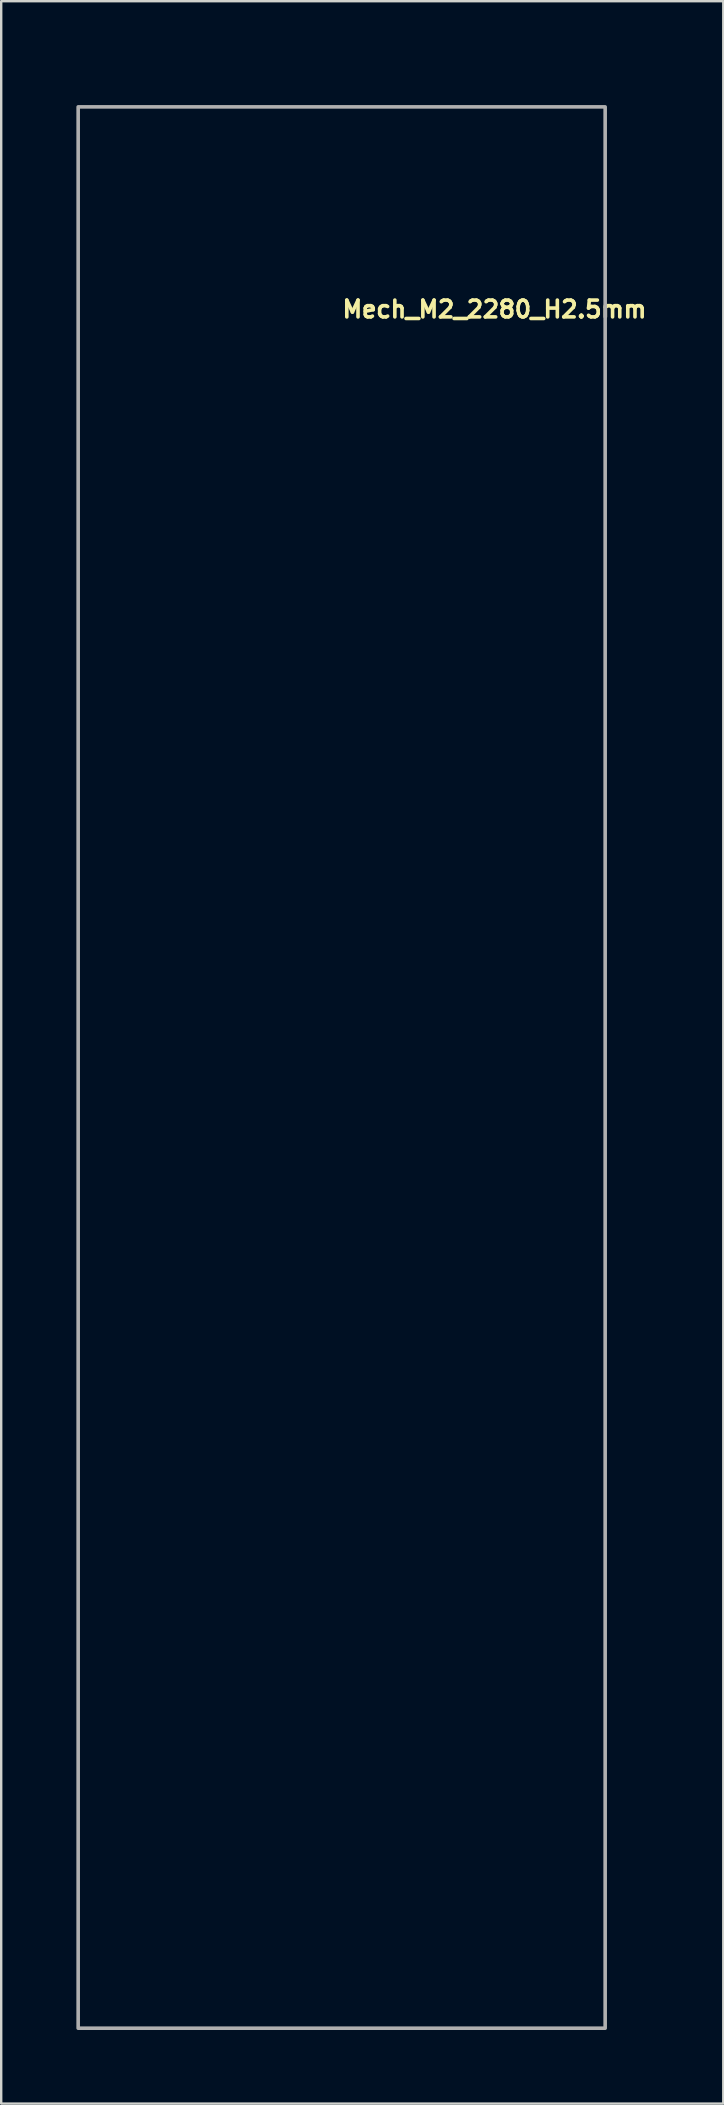
<source format=kicad_pcb>
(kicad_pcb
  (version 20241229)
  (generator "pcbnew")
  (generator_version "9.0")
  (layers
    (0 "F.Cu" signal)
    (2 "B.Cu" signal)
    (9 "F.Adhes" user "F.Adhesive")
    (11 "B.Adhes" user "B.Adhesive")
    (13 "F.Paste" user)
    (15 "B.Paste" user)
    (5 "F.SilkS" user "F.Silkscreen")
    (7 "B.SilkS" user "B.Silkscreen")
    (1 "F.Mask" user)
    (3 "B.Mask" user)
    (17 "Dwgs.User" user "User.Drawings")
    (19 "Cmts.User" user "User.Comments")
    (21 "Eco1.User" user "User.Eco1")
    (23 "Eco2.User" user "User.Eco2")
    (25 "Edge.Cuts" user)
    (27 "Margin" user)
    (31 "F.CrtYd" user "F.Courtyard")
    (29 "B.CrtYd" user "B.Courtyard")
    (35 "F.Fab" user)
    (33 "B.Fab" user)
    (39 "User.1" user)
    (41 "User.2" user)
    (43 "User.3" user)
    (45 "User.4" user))
  (footprint "Mech_M2_2280_H2.5mm"
    (layer "F.Cu")
    (at 11.127 1.35)
    (property "Reference" "Mech_M2_2280_H2.5mm" (at 0 8.89 180) (layer "F.SilkS") (effects (font (size 0.7 0.7) (thickness 0.15)) (justify left bottom)))
    (attr exclude_from_pos_files exclude_from_bom allow_missing_courtyard)
    (fp_line (start -11 0) (end -11 80.001) (stroke (width 0.2) (type solid)) (layer "Eco1.User"))
    (fp_line (start -11 80.001) (end 10.999 80.001) (stroke (width 0.2) (type solid)) (layer "Eco1.User"))
    (fp_line (start 10.999 0) (end -11 0) (stroke (width 0.2) (type solid)) (layer "Eco1.User"))
    (fp_line (start 10.999 80.001) (end 10.999 0) (stroke (width 0.2) (type solid)) (layer "Eco1.User"))
    (fp_circle (center 0 0) (end -1.25 0) (stroke (width 0.2) (type solid)) (fill no) (layer "Eco1.User"))
    (fp_rect (start -10.922 0.051) (end 11.024 80.061) (stroke (width 0.15) (type solid)) (fill no) (layer "F.Fab"))
    (fp_rect (start -11.077 0) (end 11.076 80.15) (stroke (width 0.1) (type solid)) (fill no) (layer "User.5"))
    (fp_rect (start -11.077 0) (end 11.076 80.15) (stroke (width 0.1) (type solid)) (fill no) (layer "User.5"))
    (fp_line (start -11.077 0) (end -11.077 6.296) (stroke (width 0.02) (type solid)) (layer "User.9"))
    (fp_line (start -11.077 6.296) (end -10.705 6.78) (stroke (width 0.02) (type solid)) (layer "User.9"))
    (fp_line (start -11.077 14.297) (end -11.077 67.087) (stroke (width 0.02) (type solid)) (layer "User.9"))
    (fp_line (start -11.077 74.41) (end -11.077 76.063) (stroke (width 0.02) (type solid)) (layer "User.9"))
    (fp_line (start -10.705 6.78) (end -10.705 13.781) (stroke (width 0.02) (type solid)) (layer "User.9"))
    (fp_line (start -10.705 13.781) (end -11.077 14.297) (stroke (width 0.02) (type solid)) (layer "User.9"))
    (fp_line (start -10.705 67.531) (end -11.077 67.087) (stroke (width 0.02) (type solid)) (layer "User.9"))
    (fp_line (start -10.705 67.531) (end -10.705 73.938) (stroke (width 0.02) (type solid)) (layer "User.9"))
    (fp_line (start -10.705 73.938) (end -11.077 74.41) (stroke (width 0.02) (type solid)) (layer "User.9"))
    (fp_line (start -10.276 29.629) (end -9.632 29.629) (stroke (width 0.02) (type solid)) (layer "User.9"))
    (fp_line (start -10.276 30.2) (end -10.276 29.629) (stroke (width 0.02) (type solid)) (layer "User.9"))
    (fp_line (start -10.269 76.078) (end -11.077 76.063) (stroke (width 0.02) (type solid)) (layer "User.9"))
    (fp_line (start -10.257 21.38) (end -9.789 21.38) (stroke (width 0.02) (type solid)) (layer "User.9"))
    (fp_line (start -10.257 21.931) (end -10.257 21.38) (stroke (width 0.02) (type solid)) (layer "User.9"))
    (fp_line (start -10.224 1.273) (end -10.212 1.173) (stroke (width 0.02) (type solid)) (layer "User.9"))
    (fp_line (start -10.224 1.274) (end -10.186 1.368) (stroke (width 0.02) (type solid)) (layer "User.9"))
    (fp_line (start -10.216 38.534) (end -10.216 38.963) (stroke (width 0.02) (type solid)) (layer "User.9"))
    (fp_line (start -10.216 38.963) (end -9.741 38.963) (stroke (width 0.02) (type solid)) (layer "User.9"))
    (fp_line (start -10.212 1.173) (end -10.186 1.112) (stroke (width 0.02) (type solid)) (layer "User.9"))
    (fp_line (start -10.212 23.658) (end -9.744 23.658) (stroke (width 0.02) (type solid)) (layer "User.9"))
    (fp_line (start -10.212 24.207) (end -10.212 23.658) (stroke (width 0.02) (type solid)) (layer "User.9"))
    (fp_line (start -10.186 1.112) (end -10.144 1.06) (stroke (width 0.02) (type solid)) (layer "User.9"))
    (fp_line (start -10.186 1.368) (end -10.144 1.423) (stroke (width 0.02) (type solid)) (layer "User.9"))
    (fp_line (start -10.183 36.656) (end -10.183 37.173) (stroke (width 0.02) (type solid)) (layer "User.9"))
    (fp_line (start -10.183 37.173) (end -9.792 37.173) (stroke (width 0.02) (type solid)) (layer "User.9"))
    (fp_line (start -10.148 76.129) (end -10.269 76.078) (stroke (width 0.02) (type solid)) (layer "User.9"))
    (fp_line (start -10.144 1.423) (end -10.091 1.463) (stroke (width 0.02) (type solid)) (layer "User.9"))
    (fp_line (start -10.093 74.435) (end -10.067 74.641) (stroke (width 0.02) (type solid)) (layer "User.9"))
    (fp_line (start -10.091 1.017) (end -10.144 1.06) (stroke (width 0.02) (type solid)) (layer "User.9"))
    (fp_line (start -10.091 1.463) (end -10.029 1.489) (stroke (width 0.02) (type solid)) (layer "User.9"))
    (fp_line (start -10.067 74.227) (end -10.093 74.435) (stroke (width 0.02) (type solid)) (layer "User.9"))
    (fp_line (start -10.067 74.227) (end -9.987 74.035) (stroke (width 0.02) (type solid)) (layer "User.9"))
    (fp_line (start -10.067 74.641) (end -9.987 74.834) (stroke (width 0.02) (type solid)) (layer "User.9"))
    (fp_line (start -10.045 76.209) (end -10.148 76.129) (stroke (width 0.02) (type solid)) (layer "User.9"))
    (fp_line (start -10.042 60.676) (end -10.042 60.015) (stroke (width 0.02) (type solid)) (layer "User.9"))
    (fp_line (start -10.042 60.676) (end -8.862 60.676) (stroke (width 0.02) (type solid)) (layer "User.9"))
    (fp_line (start -10.029 0.992) (end -10.091 1.017) (stroke (width 0.02) (type solid)) (layer "User.9"))
    (fp_line (start -10.013 34.887) (end -10.013 35.938) (stroke (width 0.02) (type solid)) (layer "User.9"))
    (fp_line (start -10.013 35.938) (end -9.317 35.938) (stroke (width 0.02) (type solid)) (layer "User.9"))
    (fp_line (start -9.987 74.035) (end -9.859 73.87) (stroke (width 0.02) (type solid)) (layer "User.9"))
    (fp_line (start -9.987 74.834) (end -9.859 75.001) (stroke (width 0.02) (type solid)) (layer "User.9"))
    (fp_line (start -9.971 67.682) (end -9.971 68.231) (stroke (width 0.02) (type solid)) (layer "User.9"))
    (fp_line (start -9.971 67.682) (end -9.503 67.682) (stroke (width 0.02) (type solid)) (layer "User.9"))
    (fp_line (start -9.965 76.313) (end -10.045 76.209) (stroke (width 0.02) (type solid)) (layer "User.9"))
    (fp_line (start -9.962 0.983) (end -10.029 0.992) (stroke (width 0.02) (type solid)) (layer "User.9"))
    (fp_line (start -9.962 0.983) (end -9.897 0.992) (stroke (width 0.02) (type solid)) (layer "User.9"))
    (fp_line (start -9.962 1.499) (end -10.029 1.489) (stroke (width 0.02) (type solid)) (layer "User.9"))
    (fp_line (start -9.952 9.967) (end -9.484 9.967) (stroke (width 0.02) (type solid)) (layer "User.9"))
    (fp_line (start -9.952 10.518) (end -9.952 9.967) (stroke (width 0.02) (type solid)) (layer "User.9"))
    (fp_line (start -9.915 76.433) (end -9.965 76.313) (stroke (width 0.02) (type solid)) (layer "User.9"))
    (fp_line (start -9.898 76.563) (end -9.915 76.433) (stroke (width 0.02) (type solid)) (layer "User.9"))
    (fp_line (start -9.898 76.563) (end -9.898 80.15) (stroke (width 0.02) (type solid)) (layer "User.9"))
    (fp_line (start -9.898 80.15) (end -6.829 80.15) (stroke (width 0.02) (type solid)) (layer "User.9"))
    (fp_line (start -9.897 0.992) (end -9.833 1.017) (stroke (width 0.02) (type solid)) (layer "User.9"))
    (fp_line (start -9.897 1.489) (end -9.962 1.499) (stroke (width 0.02) (type solid)) (layer "User.9"))
    (fp_line (start -9.897 1.489) (end -9.833 1.463) (stroke (width 0.02) (type solid)) (layer "User.9"))
    (fp_line (start -9.862 7.7) (end -9.394 7.7) (stroke (width 0.02) (type solid)) (layer "User.9"))
    (fp_line (start -9.862 8.249) (end -9.862 7.7) (stroke (width 0.02) (type solid)) (layer "User.9"))
    (fp_line (start -9.859 62.197) (end -9.859 61.728) (stroke (width 0.02) (type solid)) (layer "User.9"))
    (fp_line (start -9.859 73.87) (end -9.695 73.742) (stroke (width 0.02) (type solid)) (layer "User.9"))
    (fp_line (start -9.849 70.453) (end -9.849 72.23) (stroke (width 0.02) (type solid)) (layer "User.9"))
    (fp_line (start -9.849 70.453) (end -8.527 70.453) (stroke (width 0.02) (type solid)) (layer "User.9"))
    (fp_line (start -9.833 1.017) (end -9.779 1.06) (stroke (width 0.02) (type solid)) (layer "User.9"))
    (fp_line (start -9.792 36.656) (end -10.183 36.656) (stroke (width 0.02) (type solid)) (layer "User.9"))
    (fp_line (start -9.792 37.173) (end -9.792 36.656) (stroke (width 0.02) (type solid)) (layer "User.9"))
    (fp_line (start -9.789 21.931) (end -10.257 21.931) (stroke (width 0.02) (type solid)) (layer "User.9"))
    (fp_line (start -9.789 21.931) (end -9.789 21.38) (stroke (width 0.02) (type solid)) (layer "User.9"))
    (fp_line (start -9.779 1.423) (end -9.833 1.463) (stroke (width 0.02) (type solid)) (layer "User.9"))
    (fp_line (start -9.779 1.423) (end -9.74 1.368) (stroke (width 0.02) (type solid)) (layer "User.9"))
    (fp_line (start -9.744 24.207) (end -10.212 24.207) (stroke (width 0.02) (type solid)) (layer "User.9"))
    (fp_line (start -9.744 24.207) (end -9.744 23.658) (stroke (width 0.02) (type solid)) (layer "User.9"))
    (fp_line (start -9.741 38.534) (end -10.216 38.534) (stroke (width 0.02) (type solid)) (layer "User.9"))
    (fp_line (start -9.741 38.963) (end -9.741 38.534) (stroke (width 0.02) (type solid)) (layer "User.9"))
    (fp_line (start -9.74 1.112) (end -9.779 1.06) (stroke (width 0.02) (type solid)) (layer "User.9"))
    (fp_line (start -9.74 1.368) (end -9.715 1.308) (stroke (width 0.02) (type solid)) (layer "User.9"))
    (fp_line (start -9.715 1.173) (end -9.74 1.112) (stroke (width 0.02) (type solid)) (layer "User.9"))
    (fp_line (start -9.705 1.241) (end -9.715 1.173) (stroke (width 0.02) (type solid)) (layer "User.9"))
    (fp_line (start -9.705 1.241) (end -9.715 1.308) (stroke (width 0.02) (type solid)) (layer "User.9"))
    (fp_line (start -9.695 73.742) (end -9.5 73.662) (stroke (width 0.02) (type solid)) (layer "User.9"))
    (fp_line (start -9.695 75.126) (end -9.859 75.001) (stroke (width 0.02) (type solid)) (layer "User.9"))
    (fp_line (start -9.632 29.629) (end -9.632 30.2) (stroke (width 0.02) (type solid)) (layer "User.9"))
    (fp_line (start -9.632 30.2) (end -10.276 30.2) (stroke (width 0.02) (type solid)) (layer "User.9"))
    (fp_line (start -9.503 67.682) (end -9.503 68.231) (stroke (width 0.02) (type solid)) (layer "User.9"))
    (fp_line (start -9.503 68.231) (end -9.971 68.231) (stroke (width 0.02) (type solid)) (layer "User.9"))
    (fp_line (start -9.5 75.206) (end -9.695 75.126) (stroke (width 0.02) (type solid)) (layer "User.9"))
    (fp_line (start -9.484 10.518) (end -9.952 10.518) (stroke (width 0.02) (type solid)) (layer "User.9"))
    (fp_line (start -9.484 10.518) (end -9.484 9.967) (stroke (width 0.02) (type solid)) (layer "User.9"))
    (fp_line (start -9.463 40.706) (end 0.934 40.706) (stroke (width 0.02) (type solid)) (layer "User.9"))
    (fp_line (start -9.463 54.484) (end -9.463 40.706) (stroke (width 0.02) (type solid)) (layer "User.9"))
    (fp_line (start -9.394 8.249) (end -9.862 8.249) (stroke (width 0.02) (type solid)) (layer "User.9"))
    (fp_line (start -9.394 8.249) (end -9.394 7.7) (stroke (width 0.02) (type solid)) (layer "User.9"))
    (fp_line (start -9.33 37.005) (end -9.33 39.005) (stroke (width 0.02) (type solid)) (layer "User.9"))
    (fp_line (start -9.33 37.005) (end -6.629 37.005) (stroke (width 0.02) (type solid)) (layer "User.9"))
    (fp_line (start -9.33 39.005) (end -6.629 39.005) (stroke (width 0.02) (type solid)) (layer "User.9"))
    (fp_line (start -9.317 34.887) (end -10.013 34.887) (stroke (width 0.02) (type solid)) (layer "User.9"))
    (fp_line (start -9.317 35.938) (end -9.317 34.887) (stroke (width 0.02) (type solid)) (layer "User.9"))
    (fp_line (start -9.311 61.728) (end -9.859 61.728) (stroke (width 0.02) (type solid)) (layer "User.9"))
    (fp_line (start -9.311 62.197) (end -9.859 62.197) (stroke (width 0.02) (type solid)) (layer "User.9"))
    (fp_line (start -9.311 62.197) (end -9.311 61.728) (stroke (width 0.02) (type solid)) (layer "User.9"))
    (fp_line (start -9.295 73.635) (end -9.5 73.662) (stroke (width 0.02) (type solid)) (layer "User.9"))
    (fp_line (start -9.295 73.635) (end -9.087 73.662) (stroke (width 0.02) (type solid)) (layer "User.9"))
    (fp_line (start -9.295 75.233) (end -9.5 75.206) (stroke (width 0.02) (type solid)) (layer "User.9"))
    (fp_line (start -9.212 1.173) (end -9.221 1.241) (stroke (width 0.02) (type solid)) (layer "User.9"))
    (fp_line (start -9.212 1.308) (end -9.221 1.241) (stroke (width 0.02) (type solid)) (layer "User.9"))
    (fp_line (start -9.186 1.112) (end -9.212 1.173) (stroke (width 0.02) (type solid)) (layer "User.9"))
    (fp_line (start -9.186 1.112) (end -9.144 1.06) (stroke (width 0.02) (type solid)) (layer "User.9"))
    (fp_line (start -9.186 1.368) (end -9.212 1.308) (stroke (width 0.02) (type solid)) (layer "User.9"))
    (fp_line (start -9.144 1.06) (end -9.09 1.017) (stroke (width 0.02) (type solid)) (layer "User.9"))
    (fp_line (start -9.144 1.423) (end -9.186 1.368) (stroke (width 0.02) (type solid)) (layer "User.9"))
    (fp_line (start -9.1 4.184) (end 9.102 4.184) (stroke (width 0.02) (type solid)) (layer "User.9"))
    (fp_line (start -9.1 18.385) (end -9.1 4.184) (stroke (width 0.02) (type solid)) (layer "User.9"))
    (fp_line (start -9.1 19.585) (end 9.102 19.585) (stroke (width 0.02) (type solid)) (layer "User.9"))
    (fp_line (start -9.1 33.783) (end -9.1 19.585) (stroke (width 0.02) (type solid)) (layer "User.9"))
    (fp_line (start -9.09 1.017) (end -9.029 0.992) (stroke (width 0.02) (type solid)) (layer "User.9"))
    (fp_line (start -9.09 1.463) (end -9.144 1.423) (stroke (width 0.02) (type solid)) (layer "User.9"))
    (fp_line (start -9.088 73.662) (end -8.894 73.742) (stroke (width 0.02) (type solid)) (layer "User.9"))
    (fp_line (start -9.087 75.206) (end -9.295 75.233) (stroke (width 0.02) (type solid)) (layer "User.9"))
    (fp_line (start -9.029 1.489) (end -9.09 1.463) (stroke (width 0.02) (type solid)) (layer "User.9"))
    (fp_line (start -8.962 0.983) (end -9.029 0.992) (stroke (width 0.02) (type solid)) (layer "User.9"))
    (fp_line (start -8.962 0.983) (end -8.897 0.992) (stroke (width 0.02) (type solid)) (layer "User.9"))
    (fp_line (start -8.962 1.499) (end -9.029 1.489) (stroke (width 0.02) (type solid)) (layer "User.9"))
    (fp_line (start -8.897 1.489) (end -8.962 1.499) (stroke (width 0.02) (type solid)) (layer "User.9"))
    (fp_line (start -8.894 73.742) (end -8.729 73.87) (stroke (width 0.02) (type solid)) (layer "User.9"))
    (fp_line (start -8.894 75.126) (end -9.087 75.206) (stroke (width 0.02) (type solid)) (layer "User.9"))
    (fp_line (start -8.862 60.015) (end -10.042 60.015) (stroke (width 0.02) (type solid)) (layer "User.9"))
    (fp_line (start -8.862 60.015) (end -8.862 60.676) (stroke (width 0.02) (type solid)) (layer "User.9"))
    (fp_line (start -8.834 1.017) (end -8.897 0.992) (stroke (width 0.02) (type solid)) (layer "User.9"))
    (fp_line (start -8.834 1.463) (end -8.897 1.489) (stroke (width 0.02) (type solid)) (layer "User.9"))
    (fp_line (start -8.779 1.06) (end -8.834 1.017) (stroke (width 0.02) (type solid)) (layer "User.9"))
    (fp_line (start -8.779 1.06) (end -8.74 1.112) (stroke (width 0.02) (type solid)) (layer "User.9"))
    (fp_line (start -8.779 1.423) (end -8.834 1.463) (stroke (width 0.02) (type solid)) (layer "User.9"))
    (fp_line (start -8.74 1.112) (end -8.715 1.173) (stroke (width 0.02) (type solid)) (layer "User.9"))
    (fp_line (start -8.74 1.368) (end -8.779 1.423) (stroke (width 0.02) (type solid)) (layer "User.9"))
    (fp_line (start -8.74 1.368) (end -8.715 1.308) (stroke (width 0.02) (type solid)) (layer "User.9"))
    (fp_line (start -8.729 73.87) (end -8.603 74.035) (stroke (width 0.02) (type solid)) (layer "User.9"))
    (fp_line (start -8.729 75.001) (end -8.894 75.126) (stroke (width 0.02) (type solid)) (layer "User.9"))
    (fp_line (start -8.729 75.001) (end -8.603 74.834) (stroke (width 0.02) (type solid)) (layer "User.9"))
    (fp_line (start -8.715 1.173) (end -8.705 1.241) (stroke (width 0.02) (type solid)) (layer "User.9"))
    (fp_line (start -8.705 1.241) (end -8.715 1.308) (stroke (width 0.02) (type solid)) (layer "User.9"))
    (fp_line (start -8.702 65.167) (end -8.702 64.7) (stroke (width 0.02) (type solid)) (layer "User.9"))
    (fp_line (start -8.603 74.035) (end -8.523 74.227) (stroke (width 0.02) (type solid)) (layer "User.9"))
    (fp_line (start -8.527 72.23) (end -9.849 72.23) (stroke (width 0.02) (type solid)) (layer "User.9"))
    (fp_line (start -8.527 72.23) (end -8.527 70.453) (stroke (width 0.02) (type solid)) (layer "User.9"))
    (fp_line (start -8.523 74.227) (end -8.494 74.435) (stroke (width 0.02) (type solid)) (layer "User.9"))
    (fp_line (start -8.523 74.641) (end -8.603 74.834) (stroke (width 0.02) (type solid)) (layer "User.9"))
    (fp_line (start -8.494 74.435) (end -8.523 74.641) (stroke (width 0.02) (type solid)) (layer "User.9"))
    (fp_line (start -8.266 35.228) (end -8.266 35.616) (stroke (width 0.02) (type solid)) (layer "User.9"))
    (fp_line (start -8.266 35.616) (end -7.749 35.616) (stroke (width 0.02) (type solid)) (layer "User.9"))
    (fp_line (start -8.221 1.241) (end -8.212 1.173) (stroke (width 0.02) (type solid)) (layer "User.9"))
    (fp_line (start -8.221 2.341) (end -8.212 2.407) (stroke (width 0.02) (type solid)) (layer "User.9"))
    (fp_line (start -8.212 1.308) (end -8.221 1.241) (stroke (width 0.02) (type solid)) (layer "User.9"))
    (fp_line (start -8.212 2.273) (end -8.221 2.341) (stroke (width 0.02) (type solid)) (layer "User.9"))
    (fp_line (start -8.212 2.407) (end -8.186 2.468) (stroke (width 0.02) (type solid)) (layer "User.9"))
    (fp_line (start -8.186 1.112) (end -8.212 1.173) (stroke (width 0.02) (type solid)) (layer "User.9"))
    (fp_line (start -8.186 1.112) (end -8.144 1.06) (stroke (width 0.02) (type solid)) (layer "User.9"))
    (fp_line (start -8.186 1.368) (end -8.212 1.308) (stroke (width 0.02) (type solid)) (layer "User.9"))
    (fp_line (start -8.186 2.213) (end -8.212 2.273) (stroke (width 0.02) (type solid)) (layer "User.9"))
    (fp_line (start -8.186 2.213) (end -8.144 2.158) (stroke (width 0.02) (type solid)) (layer "User.9"))
    (fp_line (start -8.186 2.468) (end -8.144 2.523) (stroke (width 0.02) (type solid)) (layer "User.9"))
    (fp_line (start -8.151 64.7) (end -8.702 64.7) (stroke (width 0.02) (type solid)) (layer "User.9"))
    (fp_line (start -8.151 64.7) (end -8.151 65.167) (stroke (width 0.02) (type solid)) (layer "User.9"))
    (fp_line (start -8.151 65.167) (end -8.702 65.167) (stroke (width 0.02) (type solid)) (layer "User.9"))
    (fp_line (start -8.144 1.06) (end -8.09 1.017) (stroke (width 0.02) (type solid)) (layer "User.9"))
    (fp_line (start -8.144 1.423) (end -8.186 1.368) (stroke (width 0.02) (type solid)) (layer "User.9"))
    (fp_line (start -8.144 2.158) (end -8.09 2.119) (stroke (width 0.02) (type solid)) (layer "User.9"))
    (fp_line (start -8.09 1.017) (end -8.029 0.992) (stroke (width 0.02) (type solid)) (layer "User.9"))
    (fp_line (start -8.09 1.463) (end -8.144 1.423) (stroke (width 0.02) (type solid)) (layer "User.9"))
    (fp_line (start -8.09 2.119) (end -8.029 2.092) (stroke (width 0.02) (type solid)) (layer "User.9"))
    (fp_line (start -8.09 2.564) (end -8.144 2.523) (stroke (width 0.02) (type solid)) (layer "User.9"))
    (fp_line (start -8.029 0.992) (end -7.962 0.983) (stroke (width 0.02) (type solid)) (layer "User.9"))
    (fp_line (start -8.029 1.489) (end -8.09 1.463) (stroke (width 0.02) (type solid)) (layer "User.9"))
    (fp_line (start -8.029 2.092) (end -7.962 2.084) (stroke (width 0.02) (type solid)) (layer "User.9"))
    (fp_line (start -8.029 2.588) (end -8.09 2.564) (stroke (width 0.02) (type solid)) (layer "User.9"))
    (fp_line (start -7.962 0.983) (end -7.895 0.992) (stroke (width 0.02) (type solid)) (layer "User.9"))
    (fp_line (start -7.962 1.499) (end -8.029 1.489) (stroke (width 0.02) (type solid)) (layer "User.9"))
    (fp_line (start -7.962 2.084) (end -7.895 2.092) (stroke (width 0.02) (type solid)) (layer "User.9"))
    (fp_line (start -7.962 2.597) (end -8.029 2.588) (stroke (width 0.02) (type solid)) (layer "User.9"))
    (fp_line (start -7.895 1.489) (end -7.962 1.499) (stroke (width 0.02) (type solid)) (layer "User.9"))
    (fp_line (start -7.895 2.092) (end -7.834 2.119) (stroke (width 0.02) (type solid)) (layer "User.9"))
    (fp_line (start -7.895 2.588) (end -7.962 2.597) (stroke (width 0.02) (type solid)) (layer "User.9"))
    (fp_line (start -7.834 1.017) (end -7.895 0.992) (stroke (width 0.02) (type solid)) (layer "User.9"))
    (fp_line (start -7.834 1.463) (end -7.895 1.489) (stroke (width 0.02) (type solid)) (layer "User.9"))
    (fp_line (start -7.834 2.564) (end -7.895 2.588) (stroke (width 0.02) (type solid)) (layer "User.9"))
    (fp_line (start -7.781 1.06) (end -7.834 1.017) (stroke (width 0.02) (type solid)) (layer "User.9"))
    (fp_line (start -7.781 1.423) (end -7.834 1.463) (stroke (width 0.02) (type solid)) (layer "User.9"))
    (fp_line (start -7.781 2.158) (end -7.834 2.119) (stroke (width 0.02) (type solid)) (layer "User.9"))
    (fp_line (start -7.781 2.158) (end -7.739 2.213) (stroke (width 0.02) (type solid)) (layer "User.9"))
    (fp_line (start -7.781 2.523) (end -7.834 2.564) (stroke (width 0.02) (type solid)) (layer "User.9"))
    (fp_line (start -7.749 35.228) (end -8.266 35.228) (stroke (width 0.02) (type solid)) (layer "User.9"))
    (fp_line (start -7.749 35.616) (end -7.749 35.228) (stroke (width 0.02) (type solid)) (layer "User.9"))
    (fp_line (start -7.739 1.112) (end -7.781 1.06) (stroke (width 0.02) (type solid)) (layer "User.9"))
    (fp_line (start -7.739 1.112) (end -7.715 1.173) (stroke (width 0.02) (type solid)) (layer "User.9"))
    (fp_line (start -7.739 1.368) (end -7.781 1.423) (stroke (width 0.02) (type solid)) (layer "User.9"))
    (fp_line (start -7.739 2.213) (end -7.715 2.273) (stroke (width 0.02) (type solid)) (layer "User.9"))
    (fp_line (start -7.739 2.468) (end -7.781 2.523) (stroke (width 0.02) (type solid)) (layer "User.9"))
    (fp_line (start -7.739 2.468) (end -7.715 2.407) (stroke (width 0.02) (type solid)) (layer "User.9"))
    (fp_line (start -7.715 1.173) (end -7.704 1.241) (stroke (width 0.02) (type solid)) (layer "User.9"))
    (fp_line (start -7.715 1.308) (end -7.739 1.368) (stroke (width 0.02) (type solid)) (layer "User.9"))
    (fp_line (start -7.715 2.273) (end -7.704 2.341) (stroke (width 0.02) (type solid)) (layer "User.9"))
    (fp_line (start -7.704 1.241) (end -7.715 1.308) (stroke (width 0.02) (type solid)) (layer "User.9"))
    (fp_line (start -7.704 2.341) (end -7.715 2.407) (stroke (width 0.02) (type solid)) (layer "User.9"))
    (fp_line (start -7.22 2.341) (end -7.212 2.273) (stroke (width 0.02) (type solid)) (layer "User.9"))
    (fp_line (start -7.212 1.173) (end -7.22 1.241) (stroke (width 0.02) (type solid)) (layer "User.9"))
    (fp_line (start -7.212 1.308) (end -7.22 1.241) (stroke (width 0.02) (type solid)) (layer "User.9"))
    (fp_line (start -7.212 2.407) (end -7.22 2.341) (stroke (width 0.02) (type solid)) (layer "User.9"))
    (fp_line (start -7.185 1.112) (end -7.212 1.173) (stroke (width 0.02) (type solid)) (layer "User.9"))
    (fp_line (start -7.185 1.112) (end -7.145 1.06) (stroke (width 0.02) (type solid)) (layer "User.9"))
    (fp_line (start -7.185 1.368) (end -7.212 1.308) (stroke (width 0.02) (type solid)) (layer "User.9"))
    (fp_line (start -7.185 2.213) (end -7.212 2.273) (stroke (width 0.02) (type solid)) (layer "User.9"))
    (fp_line (start -7.185 2.468) (end -7.212 2.407) (stroke (width 0.02) (type solid)) (layer "User.9"))
    (fp_line (start -7.175 56.67) (end -7.175 72.42) (stroke (width 0.02) (type solid)) (layer "User.9"))
    (fp_line (start -7.175 56.67) (end 8.724 56.67) (stroke (width 0.02) (type solid)) (layer "User.9"))
    (fp_line (start -7.175 72.42) (end 8.102 72.42) (stroke (width 0.02) (type solid)) (layer "User.9"))
    (fp_line (start -7.145 1.06) (end -7.092 1.017) (stroke (width 0.02) (type solid)) (layer "User.9"))
    (fp_line (start -7.145 1.423) (end -7.185 1.368) (stroke (width 0.02) (type solid)) (layer "User.9"))
    (fp_line (start -7.145 2.158) (end -7.185 2.213) (stroke (width 0.02) (type solid)) (layer "User.9"))
    (fp_line (start -7.145 2.523) (end -7.185 2.468) (stroke (width 0.02) (type solid)) (layer "User.9"))
    (fp_line (start -7.092 1.017) (end -7.028 0.992) (stroke (width 0.02) (type solid)) (layer "User.9"))
    (fp_line (start -7.092 1.463) (end -7.145 1.423) (stroke (width 0.02) (type solid)) (layer "User.9"))
    (fp_line (start -7.092 2.119) (end -7.145 2.158) (stroke (width 0.02) (type solid)) (layer "User.9"))
    (fp_line (start -7.092 2.119) (end -7.028 2.092) (stroke (width 0.02) (type solid)) (layer "User.9"))
    (fp_line (start -7.092 2.564) (end -7.145 2.523) (stroke (width 0.02) (type solid)) (layer "User.9"))
    (fp_line (start -7.028 0.992) (end -6.962 0.983) (stroke (width 0.02) (type solid)) (layer "User.9"))
    (fp_line (start -7.028 1.489) (end -7.092 1.463) (stroke (width 0.02) (type solid)) (layer "User.9"))
    (fp_line (start -7.028 2.092) (end -6.962 2.084) (stroke (width 0.02) (type solid)) (layer "User.9"))
    (fp_line (start -7.028 2.588) (end -7.092 2.564) (stroke (width 0.02) (type solid)) (layer "User.9"))
    (fp_line (start -6.962 0.983) (end -6.895 0.992) (stroke (width 0.02) (type solid)) (layer "User.9"))
    (fp_line (start -6.962 1.499) (end -7.028 1.489) (stroke (width 0.02) (type solid)) (layer "User.9"))
    (fp_line (start -6.962 2.084) (end -6.895 2.092) (stroke (width 0.02) (type solid)) (layer "User.9"))
    (fp_line (start -6.962 2.597) (end -7.028 2.588) (stroke (width 0.02) (type solid)) (layer "User.9"))
    (fp_line (start -6.895 0.992) (end -6.834 1.017) (stroke (width 0.02) (type solid)) (layer "User.9"))
    (fp_line (start -6.895 1.489) (end -6.962 1.499) (stroke (width 0.02) (type solid)) (layer "User.9"))
    (fp_line (start -6.895 2.092) (end -6.834 2.119) (stroke (width 0.02) (type solid)) (layer "User.9"))
    (fp_line (start -6.895 2.588) (end -6.962 2.597) (stroke (width 0.02) (type solid)) (layer "User.9"))
    (fp_line (start -6.834 1.463) (end -6.895 1.489) (stroke (width 0.02) (type solid)) (layer "User.9"))
    (fp_line (start -6.834 2.564) (end -6.895 2.588) (stroke (width 0.02) (type solid)) (layer "User.9"))
    (fp_line (start -6.829 80.15) (end -6.805 77.087) (stroke (width 0.02) (type solid)) (layer "User.9"))
    (fp_line (start -6.781 1.06) (end -6.834 1.017) (stroke (width 0.02) (type solid)) (layer "User.9"))
    (fp_line (start -6.781 1.423) (end -6.834 1.463) (stroke (width 0.02) (type solid)) (layer "User.9"))
    (fp_line (start -6.781 1.423) (end -6.739 1.368) (stroke (width 0.02) (type solid)) (layer "User.9"))
    (fp_line (start -6.781 2.158) (end -6.834 2.119) (stroke (width 0.02) (type solid)) (layer "User.9"))
    (fp_line (start -6.781 2.523) (end -6.834 2.564) (stroke (width 0.02) (type solid)) (layer "User.9"))
    (fp_line (start -6.739 1.112) (end -6.781 1.06) (stroke (width 0.02) (type solid)) (layer "User.9"))
    (fp_line (start -6.739 1.112) (end -6.715 1.173) (stroke (width 0.02) (type solid)) (layer "User.9"))
    (fp_line (start -6.739 1.368) (end -6.715 1.308) (stroke (width 0.02) (type solid)) (layer "User.9"))
    (fp_line (start -6.739 2.213) (end -6.781 2.158) (stroke (width 0.02) (type solid)) (layer "User.9"))
    (fp_line (start -6.739 2.213) (end -6.715 2.273) (stroke (width 0.02) (type solid)) (layer "User.9"))
    (fp_line (start -6.739 2.468) (end -6.781 2.523) (stroke (width 0.02) (type solid)) (layer "User.9"))
    (fp_line (start -6.736 76.918) (end -6.805 77.087) (stroke (width 0.02) (type solid)) (layer "User.9"))
    (fp_line (start -6.715 1.173) (end -6.704 1.241) (stroke (width 0.02) (type solid)) (layer "User.9"))
    (fp_line (start -6.715 2.273) (end -6.704 2.341) (stroke (width 0.02) (type solid)) (layer "User.9"))
    (fp_line (start -6.715 2.407) (end -6.739 2.468) (stroke (width 0.02) (type solid)) (layer "User.9"))
    (fp_line (start -6.704 1.241) (end -6.715 1.308) (stroke (width 0.02) (type solid)) (layer "User.9"))
    (fp_line (start -6.704 2.341) (end -6.715 2.407) (stroke (width 0.02) (type solid)) (layer "User.9"))
    (fp_line (start -6.629 39.005) (end -6.629 37.005) (stroke (width 0.02) (type solid)) (layer "User.9"))
    (fp_line (start -6.624 76.772) (end -6.736 76.918) (stroke (width 0.02) (type solid)) (layer "User.9"))
    (fp_line (start -6.576 75.843) (end -6.576 75.376) (stroke (width 0.02) (type solid)) (layer "User.9"))
    (fp_line (start -6.563 16.3) (end 8.137 16.3) (stroke (width 0.02) (type solid)) (layer "User.9"))
    (fp_line (start -6.563 71.981) (end -6.563 16.3) (stroke (width 0.02) (type solid)) (layer "User.9"))
    (fp_line (start -6.478 76.662) (end -6.624 76.772) (stroke (width 0.02) (type solid)) (layer "User.9"))
    (fp_line (start -6.31 76.593) (end -6.478 76.662) (stroke (width 0.02) (type solid)) (layer "User.9"))
    (fp_line (start -6.31 76.593) (end -6.129 76.569) (stroke (width 0.02) (type solid)) (layer "User.9"))
    (fp_line (start -6.212 1.173) (end -6.22 1.241) (stroke (width 0.02) (type solid)) (layer "User.9"))
    (fp_line (start -6.212 1.308) (end -6.22 1.241) (stroke (width 0.02) (type solid)) (layer "User.9"))
    (fp_line (start -6.212 2.273) (end -6.22 2.341) (stroke (width 0.02) (type solid)) (layer "User.9"))
    (fp_line (start -6.212 2.407) (end -6.22 2.341) (stroke (width 0.02) (type solid)) (layer "User.9"))
    (fp_line (start -6.185 1.112) (end -6.212 1.173) (stroke (width 0.02) (type solid)) (layer "User.9"))
    (fp_line (start -6.185 1.112) (end -6.145 1.06) (stroke (width 0.02) (type solid)) (layer "User.9"))
    (fp_line (start -6.185 1.368) (end -6.212 1.308) (stroke (width 0.02) (type solid)) (layer "User.9"))
    (fp_line (start -6.185 2.213) (end -6.212 2.273) (stroke (width 0.02) (type solid)) (layer "User.9"))
    (fp_line (start -6.185 2.213) (end -6.145 2.158) (stroke (width 0.02) (type solid)) (layer "User.9"))
    (fp_line (start -6.185 2.468) (end -6.212 2.407) (stroke (width 0.02) (type solid)) (layer "User.9"))
    (fp_line (start -6.145 1.06) (end -6.092 1.017) (stroke (width 0.02) (type solid)) (layer "User.9"))
    (fp_line (start -6.145 1.423) (end -6.185 1.368) (stroke (width 0.02) (type solid)) (layer "User.9"))
    (fp_line (start -6.145 2.158) (end -6.092 2.119) (stroke (width 0.02) (type solid)) (layer "User.9"))
    (fp_line (start -6.145 2.523) (end -6.185 2.468) (stroke (width 0.02) (type solid)) (layer "User.9"))
    (fp_line (start -6.092 1.017) (end -6.028 0.992) (stroke (width 0.02) (type solid)) (layer "User.9"))
    (fp_line (start -6.092 1.463) (end -6.145 1.423) (stroke (width 0.02) (type solid)) (layer "User.9"))
    (fp_line (start -6.092 2.119) (end -6.028 2.092) (stroke (width 0.02) (type solid)) (layer "User.9"))
    (fp_line (start -6.092 2.564) (end -6.145 2.523) (stroke (width 0.02) (type solid)) (layer "User.9"))
    (fp_line (start -6.066 73.98) (end -6.066 74.529) (stroke (width 0.02) (type solid)) (layer "User.9"))
    (fp_line (start -6.066 73.98) (end -5.598 73.98) (stroke (width 0.02) (type solid)) (layer "User.9"))
    (fp_line (start -6.028 0.992) (end -5.962 0.983) (stroke (width 0.02) (type solid)) (layer "User.9"))
    (fp_line (start -6.028 1.489) (end -6.092 1.463) (stroke (width 0.02) (type solid)) (layer "User.9"))
    (fp_line (start -6.028 2.092) (end -5.962 2.084) (stroke (width 0.02) (type solid)) (layer "User.9"))
    (fp_line (start -6.028 2.588) (end -6.092 2.564) (stroke (width 0.02) (type solid)) (layer "User.9"))
    (fp_line (start -6.026 75.376) (end -6.576 75.376) (stroke (width 0.02) (type solid)) (layer "User.9"))
    (fp_line (start -6.026 75.843) (end -6.576 75.843) (stroke (width 0.02) (type solid)) (layer "User.9"))
    (fp_line (start -6.026 75.843) (end -6.026 75.376) (stroke (width 0.02) (type solid)) (layer "User.9"))
    (fp_line (start -5.962 0.983) (end -5.895 0.992) (stroke (width 0.02) (type solid)) (layer "User.9"))
    (fp_line (start -5.962 1.499) (end -6.028 1.489) (stroke (width 0.02) (type solid)) (layer "User.9"))
    (fp_line (start -5.962 2.084) (end -5.895 2.092) (stroke (width 0.02) (type solid)) (layer "User.9"))
    (fp_line (start -5.962 2.597) (end -6.028 2.588) (stroke (width 0.02) (type solid)) (layer "User.9"))
    (fp_line (start -5.951 76.593) (end -6.129 76.569) (stroke (width 0.02) (type solid)) (layer "User.9"))
    (fp_line (start -5.895 1.489) (end -5.962 1.499) (stroke (width 0.02) (type solid)) (layer "User.9"))
    (fp_line (start -5.895 2.588) (end -5.962 2.597) (stroke (width 0.02) (type solid)) (layer "User.9"))
    (fp_line (start -5.834 1.017) (end -5.895 0.992) (stroke (width 0.02) (type solid)) (layer "User.9"))
    (fp_line (start -5.834 1.463) (end -5.895 1.489) (stroke (width 0.02) (type solid)) (layer "User.9"))
    (fp_line (start -5.834 2.119) (end -5.895 2.092) (stroke (width 0.02) (type solid)) (layer "User.9"))
    (fp_line (start -5.834 2.119) (end -5.781 2.158) (stroke (width 0.02) (type solid)) (layer "User.9"))
    (fp_line (start -5.834 2.564) (end -5.895 2.588) (stroke (width 0.02) (type solid)) (layer "User.9"))
    (fp_line (start -5.834 2.564) (end -5.781 2.523) (stroke (width 0.02) (type solid)) (layer "User.9"))
    (fp_line (start -5.781 1.06) (end -5.834 1.017) (stroke (width 0.02) (type solid)) (layer "User.9"))
    (fp_line (start -5.781 1.423) (end -5.834 1.463) (stroke (width 0.02) (type solid)) (layer "User.9"))
    (fp_line (start -5.781 1.423) (end -5.739 1.368) (stroke (width 0.02) (type solid)) (layer "User.9"))
    (fp_line (start -5.781 2.158) (end -5.739 2.213) (stroke (width 0.02) (type solid)) (layer "User.9"))
    (fp_line (start -5.781 2.523) (end -5.739 2.468) (stroke (width 0.02) (type solid)) (layer "User.9"))
    (fp_line (start -5.778 76.662) (end -5.951 76.59) (stroke (width 0.02) (type solid)) (layer "User.9"))
    (fp_line (start -5.778 76.662) (end -5.635 76.772) (stroke (width 0.02) (type solid)) (layer "User.9"))
    (fp_line (start -5.739 1.112) (end -5.781 1.06) (stroke (width 0.02) (type solid)) (layer "User.9"))
    (fp_line (start -5.739 1.112) (end -5.715 1.173) (stroke (width 0.02) (type solid)) (layer "User.9"))
    (fp_line (start -5.739 1.368) (end -5.715 1.308) (stroke (width 0.02) (type solid)) (layer "User.9"))
    (fp_line (start -5.739 2.213) (end -5.715 2.273) (stroke (width 0.02) (type solid)) (layer "User.9"))
    (fp_line (start -5.739 2.468) (end -5.715 2.407) (stroke (width 0.02) (type solid)) (layer "User.9"))
    (fp_line (start -5.715 1.173) (end -5.704 1.241) (stroke (width 0.02) (type solid)) (layer "User.9"))
    (fp_line (start -5.704 1.241) (end -5.715 1.308) (stroke (width 0.02) (type solid)) (layer "User.9"))
    (fp_line (start -5.704 2.341) (end -5.715 2.273) (stroke (width 0.02) (type solid)) (layer "User.9"))
    (fp_line (start -5.704 2.341) (end -5.715 2.407) (stroke (width 0.02) (type solid)) (layer "User.9"))
    (fp_line (start -5.635 76.772) (end -5.523 76.918) (stroke (width 0.02) (type solid)) (layer "User.9"))
    (fp_line (start -5.598 73.98) (end -5.598 74.529) (stroke (width 0.02) (type solid)) (layer "User.9"))
    (fp_line (start -5.598 74.529) (end -6.066 74.529) (stroke (width 0.02) (type solid)) (layer "User.9"))
    (fp_line (start -5.523 76.918) (end -5.454 77.087) (stroke (width 0.02) (type solid)) (layer "User.9"))
    (fp_line (start -5.454 77.087) (end -5.43 77.267) (stroke (width 0.02) (type solid)) (layer "User.9"))
    (fp_line (start -5.43 77.267) (end -5.43 80.15) (stroke (width 0.02) (type solid)) (layer "User.9"))
    (fp_line (start -5.43 80.15) (end 9.897 80.15) (stroke (width 0.02) (type solid)) (layer "User.9"))
    (fp_line (start -5.22 1.241) (end -5.212 1.173) (stroke (width 0.02) (type solid)) (layer "User.9"))
    (fp_line (start -5.22 2.341) (end -5.212 2.273) (stroke (width 0.02) (type solid)) (layer "User.9"))
    (fp_line (start -5.212 1.308) (end -5.22 1.241) (stroke (width 0.02) (type solid)) (layer "User.9"))
    (fp_line (start -5.212 2.273) (end -5.185 2.213) (stroke (width 0.02) (type solid)) (layer "User.9"))
    (fp_line (start -5.212 2.407) (end -5.22 2.341) (stroke (width 0.02) (type solid)) (layer "User.9"))
    (fp_line (start -5.185 1.112) (end -5.212 1.173) (stroke (width 0.02) (type solid)) (layer "User.9"))
    (fp_line (start -5.185 1.112) (end -5.145 1.06) (stroke (width 0.02) (type solid)) (layer "User.9"))
    (fp_line (start -5.185 1.368) (end -5.212 1.308) (stroke (width 0.02) (type solid)) (layer "User.9"))
    (fp_line (start -5.185 2.213) (end -5.145 2.158) (stroke (width 0.02) (type solid)) (layer "User.9"))
    (fp_line (start -5.185 2.468) (end -5.212 2.407) (stroke (width 0.02) (type solid)) (layer "User.9"))
    (fp_line (start -5.145 1.06) (end -5.092 1.017) (stroke (width 0.02) (type solid)) (layer "User.9"))
    (fp_line (start -5.145 1.423) (end -5.185 1.368) (stroke (width 0.02) (type solid)) (layer "User.9"))
    (fp_line (start -5.145 2.158) (end -5.092 2.119) (stroke (width 0.02) (type solid)) (layer "User.9"))
    (fp_line (start -5.145 2.523) (end -5.185 2.468) (stroke (width 0.02) (type solid)) (layer "User.9"))
    (fp_line (start -5.092 1.017) (end -5.028 0.992) (stroke (width 0.02) (type solid)) (layer "User.9"))
    (fp_line (start -5.092 1.463) (end -5.145 1.423) (stroke (width 0.02) (type solid)) (layer "User.9"))
    (fp_line (start -5.092 2.119) (end -5.028 2.092) (stroke (width 0.02) (type solid)) (layer "User.9"))
    (fp_line (start -5.092 2.564) (end -5.145 2.523) (stroke (width 0.02) (type solid)) (layer "User.9"))
    (fp_line (start -5.028 0.992) (end -4.962 0.983) (stroke (width 0.02) (type solid)) (layer "User.9"))
    (fp_line (start -5.028 1.489) (end -5.092 1.463) (stroke (width 0.02) (type solid)) (layer "User.9"))
    (fp_line (start -5.028 2.092) (end -4.962 2.084) (stroke (width 0.02) (type solid)) (layer "User.9"))
    (fp_line (start -5.028 2.588) (end -5.092 2.564) (stroke (width 0.02) (type solid)) (layer "User.9"))
    (fp_line (start -4.962 0.983) (end -4.895 0.992) (stroke (width 0.02) (type solid)) (layer "User.9"))
    (fp_line (start -4.962 1.499) (end -5.028 1.489) (stroke (width 0.02) (type solid)) (layer "User.9"))
    (fp_line (start -4.962 2.084) (end -4.895 2.092) (stroke (width 0.02) (type solid)) (layer "User.9"))
    (fp_line (start -4.962 2.597) (end -5.028 2.588) (stroke (width 0.02) (type solid)) (layer "User.9"))
    (fp_line (start -4.895 1.489) (end -4.962 1.499) (stroke (width 0.02) (type solid)) (layer "User.9"))
    (fp_line (start -4.895 2.092) (end -4.834 2.119) (stroke (width 0.02) (type solid)) (layer "User.9"))
    (fp_line (start -4.895 2.588) (end -4.962 2.597) (stroke (width 0.02) (type solid)) (layer "User.9"))
    (fp_line (start -4.834 1.017) (end -4.895 0.992) (stroke (width 0.02) (type solid)) (layer "User.9"))
    (fp_line (start -4.834 1.463) (end -4.895 1.489) (stroke (width 0.02) (type solid)) (layer "User.9"))
    (fp_line (start -4.834 2.119) (end -4.781 2.158) (stroke (width 0.02) (type solid)) (layer "User.9"))
    (fp_line (start -4.834 2.564) (end -4.895 2.588) (stroke (width 0.02) (type solid)) (layer "User.9"))
    (fp_line (start -4.781 1.06) (end -4.834 1.017) (stroke (width 0.02) (type solid)) (layer "User.9"))
    (fp_line (start -4.781 1.423) (end -4.834 1.463) (stroke (width 0.02) (type solid)) (layer "User.9"))
    (fp_line (start -4.781 2.158) (end -4.739 2.213) (stroke (width 0.02) (type solid)) (layer "User.9"))
    (fp_line (start -4.781 2.523) (end -4.834 2.564) (stroke (width 0.02) (type solid)) (layer "User.9"))
    (fp_line (start -4.739 1.112) (end -4.781 1.06) (stroke (width 0.02) (type solid)) (layer "User.9"))
    (fp_line (start -4.739 1.368) (end -4.781 1.423) (stroke (width 0.02) (type solid)) (layer "User.9"))
    (fp_line (start -4.739 1.368) (end -4.715 1.308) (stroke (width 0.02) (type solid)) (layer "User.9"))
    (fp_line (start -4.739 2.213) (end -4.715 2.273) (stroke (width 0.02) (type solid)) (layer "User.9"))
    (fp_line (start -4.739 2.468) (end -4.781 2.523) (stroke (width 0.02) (type solid)) (layer "User.9"))
    (fp_line (start -4.715 1.173) (end -4.739 1.112) (stroke (width 0.02) (type solid)) (layer "User.9"))
    (fp_line (start -4.715 2.273) (end -4.704 2.341) (stroke (width 0.02) (type solid)) (layer "User.9"))
    (fp_line (start -4.715 2.407) (end -4.739 2.468) (stroke (width 0.02) (type solid)) (layer "User.9"))
    (fp_line (start -4.704 1.241) (end -4.715 1.173) (stroke (width 0.02) (type solid)) (layer "User.9"))
    (fp_line (start -4.704 1.241) (end -4.715 1.308) (stroke (width 0.02) (type solid)) (layer "User.9"))
    (fp_line (start -4.704 2.341) (end -4.715 2.407) (stroke (width 0.02) (type solid)) (layer "User.9"))
    (fp_line (start -4.22 1.241) (end -4.212 1.173) (stroke (width 0.02) (type solid)) (layer "User.9"))
    (fp_line (start -4.22 2.341) (end -4.212 2.273) (stroke (width 0.02) (type solid)) (layer "User.9"))
    (fp_line (start -4.212 1.173) (end -4.185 1.112) (stroke (width 0.02) (type solid)) (layer "User.9"))
    (fp_line (start -4.212 1.308) (end -4.22 1.241) (stroke (width 0.02) (type solid)) (layer "User.9"))
    (fp_line (start -4.212 2.273) (end -4.185 2.213) (stroke (width 0.02) (type solid)) (layer "User.9"))
    (fp_line (start -4.212 2.407) (end -4.22 2.341) (stroke (width 0.02) (type solid)) (layer "User.9"))
    (fp_line (start -4.185 1.368) (end -4.212 1.308) (stroke (width 0.02) (type solid)) (layer "User.9"))
    (fp_line (start -4.185 2.213) (end -4.145 2.158) (stroke (width 0.02) (type solid)) (layer "User.9"))
    (fp_line (start -4.185 2.468) (end -4.212 2.407) (stroke (width 0.02) (type solid)) (layer "User.9"))
    (fp_line (start -4.145 1.06) (end -4.185 1.112) (stroke (width 0.02) (type solid)) (layer "User.9"))
    (fp_line (start -4.145 1.06) (end -4.092 1.017) (stroke (width 0.02) (type solid)) (layer "User.9"))
    (fp_line (start -4.145 1.423) (end -4.185 1.368) (stroke (width 0.02) (type solid)) (layer "User.9"))
    (fp_line (start -4.145 2.158) (end -4.092 2.119) (stroke (width 0.02) (type solid)) (layer "User.9"))
    (fp_line (start -4.145 2.523) (end -4.185 2.468) (stroke (width 0.02) (type solid)) (layer "User.9"))
    (fp_line (start -4.092 1.017) (end -4.028 0.992) (stroke (width 0.02) (type solid)) (layer "User.9"))
    (fp_line (start -4.092 1.463) (end -4.145 1.423) (stroke (width 0.02) (type solid)) (layer "User.9"))
    (fp_line (start -4.092 2.119) (end -4.028 2.092) (stroke (width 0.02) (type solid)) (layer "User.9"))
    (fp_line (start -4.092 2.564) (end -4.145 2.523) (stroke (width 0.02) (type solid)) (layer "User.9"))
    (fp_line (start -4.028 0.992) (end -3.963 0.983) (stroke (width 0.02) (type solid)) (layer "User.9"))
    (fp_line (start -4.028 1.489) (end -4.092 1.463) (stroke (width 0.02) (type solid)) (layer "User.9"))
    (fp_line (start -4.028 2.092) (end -3.963 2.084) (stroke (width 0.02) (type solid)) (layer "User.9"))
    (fp_line (start -4.028 2.588) (end -4.092 2.564) (stroke (width 0.02) (type solid)) (layer "User.9"))
    (fp_line (start -3.963 0.983) (end -3.863 0.996) (stroke (width 0.02) (type solid)) (layer "User.9"))
    (fp_line (start -3.963 1.499) (end -4.028 1.489) (stroke (width 0.02) (type solid)) (layer "User.9"))
    (fp_line (start -3.963 2.084) (end -3.863 2.096) (stroke (width 0.02) (type solid)) (layer "User.9"))
    (fp_line (start -3.963 2.597) (end -4.028 2.588) (stroke (width 0.02) (type solid)) (layer "User.9"))
    (fp_line (start -3.899 1.489) (end -3.834 1.463) (stroke (width 0.02) (type solid)) (layer "User.9"))
    (fp_line (start -3.897 1.489) (end -3.963 1.499) (stroke (width 0.02) (type solid)) (layer "User.9"))
    (fp_line (start -3.897 2.591) (end -3.834 2.564) (stroke (width 0.02) (type solid)) (layer "User.9"))
    (fp_line (start -3.895 2.588) (end -3.963 2.597) (stroke (width 0.02) (type solid)) (layer "User.9"))
    (fp_line (start -3.834 1.463) (end -3.78 1.423) (stroke (width 0.02) (type solid)) (layer "User.9"))
    (fp_line (start -3.834 2.564) (end -3.78 2.523) (stroke (width 0.02) (type solid)) (layer "User.9"))
    (fp_line (start -3.78 1.06) (end -3.863 0.996) (stroke (width 0.02) (type solid)) (layer "User.9"))
    (fp_line (start -3.78 1.423) (end -3.738 1.368) (stroke (width 0.02) (type solid)) (layer "User.9"))
    (fp_line (start -3.78 2.158) (end -3.863 2.096) (stroke (width 0.02) (type solid)) (layer "User.9"))
    (fp_line (start -3.78 2.523) (end -3.738 2.468) (stroke (width 0.02) (type solid)) (layer "User.9"))
    (fp_line (start -3.738 1.112) (end -3.78 1.06) (stroke (width 0.02) (type solid)) (layer "User.9"))
    (fp_line (start -3.738 1.368) (end -3.714 1.308) (stroke (width 0.02) (type solid)) (layer "User.9"))
    (fp_line (start -3.738 2.213) (end -3.78 2.158) (stroke (width 0.02) (type solid)) (layer "User.9"))
    (fp_line (start -3.738 2.468) (end -3.714 2.407) (stroke (width 0.02) (type solid)) (layer "User.9"))
    (fp_line (start -3.714 1.173) (end -3.738 1.112) (stroke (width 0.02) (type solid)) (layer "User.9"))
    (fp_line (start -3.714 1.308) (end -3.705 1.241) (stroke (width 0.02) (type solid)) (layer "User.9"))
    (fp_line (start -3.714 2.273) (end -3.738 2.213) (stroke (width 0.02) (type solid)) (layer "User.9"))
    (fp_line (start -3.714 2.407) (end -3.705 2.341) (stroke (width 0.02) (type solid)) (layer "User.9"))
    (fp_line (start -3.705 1.241) (end -3.714 1.173) (stroke (width 0.02) (type solid)) (layer "User.9"))
    (fp_line (start -3.705 2.341) (end -3.714 2.273) (stroke (width 0.02) (type solid)) (layer "User.9"))
    (fp_line (start -3.06 72.873) (end -2.625 72.873) (stroke (width 0.02) (type solid)) (layer "User.9"))
    (fp_line (start -3.06 73.254) (end -3.06 72.873) (stroke (width 0.02) (type solid)) (layer "User.9"))
    (fp_line (start -2.625 72.873) (end -2.625 73.254) (stroke (width 0.02) (type solid)) (layer "User.9"))
    (fp_line (start -2.625 73.254) (end -3.06 73.254) (stroke (width 0.02) (type solid)) (layer "User.9"))
    (fp_line (start -1.9 0) (end -11.077 0) (stroke (width 0.02) (type solid)) (layer "User.9"))
    (fp_line (start -1.837 0.489) (end -1.9 0) (stroke (width 0.02) (type solid)) (layer "User.9"))
    (fp_line (start -1.646 0.947) (end -1.837 0.489) (stroke (width 0.02) (type solid)) (layer "User.9"))
    (fp_line (start -1.347 1.34) (end -1.646 0.947) (stroke (width 0.02) (type solid)) (layer "User.9"))
    (fp_line (start -0.953 1.644) (end -1.347 1.34) (stroke (width 0.02) (type solid)) (layer "User.9"))
    (fp_line (start -0.494 1.834) (end -0.953 1.644) (stroke (width 0.02) (type solid)) (layer "User.9"))
    (fp_line (start -0.002 1.898) (end -0.494 1.834) (stroke (width 0.02) (type solid)) (layer "User.9"))
    (fp_line (start -0.002 1.898) (end 0.488 1.834) (stroke (width 0.02) (type solid)) (layer "User.9"))
    (fp_line (start 0.488 1.834) (end 0.947 1.645) (stroke (width 0.02) (type solid)) (layer "User.9"))
    (fp_line (start 0.934 40.706) (end 0.934 54.484) (stroke (width 0.02) (type solid)) (layer "User.9"))
    (fp_line (start 0.934 54.484) (end -9.463 54.484) (stroke (width 0.02) (type solid)) (layer "User.9"))
    (fp_line (start 0.947 1.645) (end 1.34 1.344) (stroke (width 0.02) (type solid)) (layer "User.9"))
    (fp_line (start 1.34 1.344) (end 1.644 0.952) (stroke (width 0.02) (type solid)) (layer "User.9"))
    (fp_line (start 1.644 0.952) (end 1.834 0.493) (stroke (width 0.02) (type solid)) (layer "User.9"))
    (fp_line (start 1.898 0) (end 1.834 0.493) (stroke (width 0.02) (type solid)) (layer "User.9"))
    (fp_line (start 8.102 72.42) (end 8.724 71.798) (stroke (width 0.02) (type solid)) (layer "User.9"))
    (fp_line (start 8.137 16.3) (end 8.137 71.981) (stroke (width 0.02) (type solid)) (layer "User.9"))
    (fp_line (start 8.137 37.631) (end 9.477 37.631) (stroke (width 0.02) (type solid)) (layer "User.9"))
    (fp_line (start 8.137 50.042) (end 10.355 50.042) (stroke (width 0.02) (type solid)) (layer "User.9"))
    (fp_line (start 8.137 52.868) (end 10.355 52.868) (stroke (width 0.02) (type solid)) (layer "User.9"))
    (fp_line (start 8.137 71.981) (end -6.563 71.981) (stroke (width 0.02) (type solid)) (layer "User.9"))
    (fp_line (start 8.541 1.671) (end 8.512 1.879) (stroke (width 0.02) (type solid)) (layer "User.9"))
    (fp_line (start 8.541 2.085) (end 8.512 1.879) (stroke (width 0.02) (type solid)) (layer "User.9"))
    (fp_line (start 8.621 1.479) (end 8.541 1.671) (stroke (width 0.02) (type solid)) (layer "User.9"))
    (fp_line (start 8.621 2.279) (end 8.541 2.085) (stroke (width 0.02) (type solid)) (layer "User.9"))
    (fp_line (start 8.724 71.798) (end 8.724 56.67) (stroke (width 0.02) (type solid)) (layer "User.9"))
    (fp_line (start 8.746 1.314) (end 8.621 1.479) (stroke (width 0.02) (type solid)) (layer "User.9"))
    (fp_line (start 8.746 2.444) (end 8.621 2.279) (stroke (width 0.02) (type solid)) (layer "User.9"))
    (fp_line (start 8.807 36.116) (end 8.807 36.987) (stroke (width 0.02) (type solid)) (layer "User.9"))
    (fp_line (start 8.807 36.987) (end 9.759 36.987) (stroke (width 0.02) (type solid)) (layer "User.9"))
    (fp_line (start 8.816 34.743) (end 8.816 35.613) (stroke (width 0.02) (type solid)) (layer "User.9"))
    (fp_line (start 8.816 35.613) (end 9.765 35.613) (stroke (width 0.02) (type solid)) (layer "User.9"))
    (fp_line (start 8.893 42.304) (end 8.893 43.176) (stroke (width 0.02) (type solid)) (layer "User.9"))
    (fp_line (start 8.893 43.176) (end 9.843 43.176) (stroke (width 0.02) (type solid)) (layer "User.9"))
    (fp_line (start 8.913 1.185) (end 8.746 1.314) (stroke (width 0.02) (type solid)) (layer "User.9"))
    (fp_line (start 8.913 2.572) (end 8.746 2.444) (stroke (width 0.02) (type solid)) (layer "User.9"))
    (fp_line (start 8.961 40.886) (end 8.961 41.756) (stroke (width 0.02) (type solid)) (layer "User.9"))
    (fp_line (start 8.961 41.756) (end 9.91 41.756) (stroke (width 0.02) (type solid)) (layer "User.9"))
    (fp_line (start 9.102 4.184) (end 9.102 18.385) (stroke (width 0.02) (type solid)) (layer "User.9"))
    (fp_line (start 9.102 18.385) (end -9.1 18.385) (stroke (width 0.02) (type solid)) (layer "User.9"))
    (fp_line (start 9.102 19.585) (end 9.102 33.783) (stroke (width 0.02) (type solid)) (layer "User.9"))
    (fp_line (start 9.102 33.783) (end -9.1 33.783) (stroke (width 0.02) (type solid)) (layer "User.9"))
    (fp_line (start 9.105 2.652) (end 8.913 2.572) (stroke (width 0.02) (type solid)) (layer "User.9"))
    (fp_line (start 9.109 1.104) (end 8.913 1.185) (stroke (width 0.02) (type solid)) (layer "User.9"))
    (fp_line (start 9.313 1.078) (end 9.106 1.106) (stroke (width 0.02) (type solid)) (layer "User.9"))
    (fp_line (start 9.313 2.678) (end 9.105 2.652) (stroke (width 0.02) (type solid)) (layer "User.9"))
    (fp_line (start 9.313 2.678) (end 9.519 2.652) (stroke (width 0.02) (type solid)) (layer "User.9"))
    (fp_line (start 9.387 20.03) (end 9.387 20.579) (stroke (width 0.02) (type solid)) (layer "User.9"))
    (fp_line (start 9.387 20.03) (end 9.855 20.03) (stroke (width 0.02) (type solid)) (layer "User.9"))
    (fp_line (start 9.4 17.614) (end 9.868 17.614) (stroke (width 0.02) (type solid)) (layer "User.9"))
    (fp_line (start 9.4 18.164) (end 9.4 17.614) (stroke (width 0.02) (type solid)) (layer "User.9"))
    (fp_line (start 9.42 4.727) (end 10.064 4.727) (stroke (width 0.02) (type solid)) (layer "User.9"))
    (fp_line (start 9.42 5.297) (end 9.42 4.727) (stroke (width 0.02) (type solid)) (layer "User.9"))
    (fp_line (start 9.425 45.859) (end 9.425 46.502) (stroke (width 0.02) (type solid)) (layer "User.9"))
    (fp_line (start 9.425 46.502) (end 9.996 46.502) (stroke (width 0.02) (type solid)) (layer "User.9"))
    (fp_line (start 9.445 48.738) (end 9.996 48.738) (stroke (width 0.02) (type solid)) (layer "User.9"))
    (fp_line (start 9.445 49.206) (end 9.445 48.738) (stroke (width 0.02) (type solid)) (layer "User.9"))
    (fp_line (start 9.445 49.206) (end 9.996 49.206) (stroke (width 0.02) (type solid)) (layer "User.9"))
    (fp_line (start 9.477 39.731) (end 8.137 39.731) (stroke (width 0.02) (type solid)) (layer "User.9"))
    (fp_line (start 9.477 39.731) (end 9.477 37.631) (stroke (width 0.02) (type solid)) (layer "User.9"))
    (fp_line (start 9.519 1.106) (end 9.313 1.078) (stroke (width 0.02) (type solid)) (layer "User.9"))
    (fp_line (start 9.519 2.652) (end 9.714 2.572) (stroke (width 0.02) (type solid)) (layer "User.9"))
    (fp_line (start 9.541 71.564) (end 9.929 71.564) (stroke (width 0.02) (type solid)) (layer "User.9"))
    (fp_line (start 9.541 72.251) (end 9.541 71.564) (stroke (width 0.02) (type solid)) (layer "User.9"))
    (fp_line (start 9.714 1.185) (end 9.519 1.106) (stroke (width 0.02) (type solid)) (layer "User.9"))
    (fp_line (start 9.714 2.572) (end 9.878 2.444) (stroke (width 0.02) (type solid)) (layer "User.9"))
    (fp_line (start 9.759 36.116) (end 8.807 36.116) (stroke (width 0.02) (type solid)) (layer "User.9"))
    (fp_line (start 9.759 36.987) (end 9.759 36.116) (stroke (width 0.02) (type solid)) (layer "User.9"))
    (fp_line (start 9.765 34.743) (end 8.816 34.743) (stroke (width 0.02) (type solid)) (layer "User.9"))
    (fp_line (start 9.765 35.613) (end 9.765 34.743) (stroke (width 0.02) (type solid)) (layer "User.9"))
    (fp_line (start 9.772 47.31) (end 9.772 47.746) (stroke (width 0.02) (type solid)) (layer "User.9"))
    (fp_line (start 9.772 47.746) (end 10.153 47.746) (stroke (width 0.02) (type solid)) (layer "User.9"))
    (fp_line (start 9.843 42.304) (end 8.893 42.304) (stroke (width 0.02) (type solid)) (layer "User.9"))
    (fp_line (start 9.843 43.176) (end 9.843 42.304) (stroke (width 0.02) (type solid)) (layer "User.9"))
    (fp_line (start 9.855 20.03) (end 9.855 20.579) (stroke (width 0.02) (type solid)) (layer "User.9"))
    (fp_line (start 9.855 20.579) (end 9.387 20.579) (stroke (width 0.02) (type solid)) (layer "User.9"))
    (fp_line (start 9.868 18.164) (end 9.4 18.164) (stroke (width 0.02) (type solid)) (layer "User.9"))
    (fp_line (start 9.868 18.164) (end 9.868 17.614) (stroke (width 0.02) (type solid)) (layer "User.9"))
    (fp_line (start 9.878 1.314) (end 9.714 1.185) (stroke (width 0.02) (type solid)) (layer "User.9"))
    (fp_line (start 9.878 2.444) (end 10.006 2.279) (stroke (width 0.02) (type solid)) (layer "User.9"))
    (fp_line (start 9.897 80.15) (end 9.897 76.563) (stroke (width 0.02) (type solid)) (layer "User.9"))
    (fp_line (start 9.91 40.886) (end 8.961 40.886) (stroke (width 0.02) (type solid)) (layer "User.9"))
    (fp_line (start 9.91 41.756) (end 9.91 40.886) (stroke (width 0.02) (type solid)) (layer "User.9"))
    (fp_line (start 9.913 76.433) (end 9.897 76.563) (stroke (width 0.02) (type solid)) (layer "User.9"))
    (fp_line (start 9.929 71.564) (end 9.929 72.251) (stroke (width 0.02) (type solid)) (layer "User.9"))
    (fp_line (start 9.929 72.251) (end 9.541 72.251) (stroke (width 0.02) (type solid)) (layer "User.9"))
    (fp_line (start 9.964 76.313) (end 9.913 76.433) (stroke (width 0.02) (type solid)) (layer "User.9"))
    (fp_line (start 9.996 45.859) (end 9.425 45.859) (stroke (width 0.02) (type solid)) (layer "User.9"))
    (fp_line (start 9.996 46.502) (end 9.996 45.859) (stroke (width 0.02) (type solid)) (layer "User.9"))
    (fp_line (start 9.996 48.738) (end 9.996 49.206) (stroke (width 0.02) (type solid)) (layer "User.9"))
    (fp_line (start 10.006 1.479) (end 9.878 1.314) (stroke (width 0.02) (type solid)) (layer "User.9"))
    (fp_line (start 10.006 2.279) (end 10.086 2.085) (stroke (width 0.02) (type solid)) (layer "User.9"))
    (fp_line (start 10.044 76.209) (end 9.964 76.313) (stroke (width 0.02) (type solid)) (layer "User.9"))
    (fp_line (start 10.064 4.727) (end 10.064 5.297) (stroke (width 0.02) (type solid)) (layer "User.9"))
    (fp_line (start 10.064 5.297) (end 9.42 5.297) (stroke (width 0.02) (type solid)) (layer "User.9"))
    (fp_line (start 10.086 1.671) (end 10.006 1.479) (stroke (width 0.02) (type solid)) (layer "User.9"))
    (fp_line (start 10.086 2.085) (end 10.112 1.879) (stroke (width 0.02) (type solid)) (layer "User.9"))
    (fp_line (start 10.112 1.879) (end 10.086 1.671) (stroke (width 0.02) (type solid)) (layer "User.9"))
    (fp_line (start 10.147 76.129) (end 10.044 76.209) (stroke (width 0.02) (type solid)) (layer "User.9"))
    (fp_line (start 10.153 47.31) (end 9.772 47.31) (stroke (width 0.02) (type solid)) (layer "User.9"))
    (fp_line (start 10.153 47.746) (end 10.153 47.31) (stroke (width 0.02) (type solid)) (layer "User.9"))
    (fp_line (start 10.268 76.078) (end 10.147 76.129) (stroke (width 0.02) (type solid)) (layer "User.9"))
    (fp_line (start 10.355 52.868) (end 10.355 50.042) (stroke (width 0.02) (type solid)) (layer "User.9"))
    (fp_line (start 11.076 0) (end 1.898 0) (stroke (width 0.02) (type solid)) (layer "User.9"))
    (fp_line (start 11.076 76.063) (end 10.268 76.078) (stroke (width 0.02) (type solid)) (layer "User.9"))
    (fp_line (start 11.076 76.063) (end 11.076 0) (stroke (width 0.02) (type solid)) (layer "User.9")))
  (gr_rect
    (start -3 -3)
    (end 27.07 84.55)
    (stroke (width 0.1) (type default))
    (fill no)
    (layer "Edge.Cuts")))
</source>
